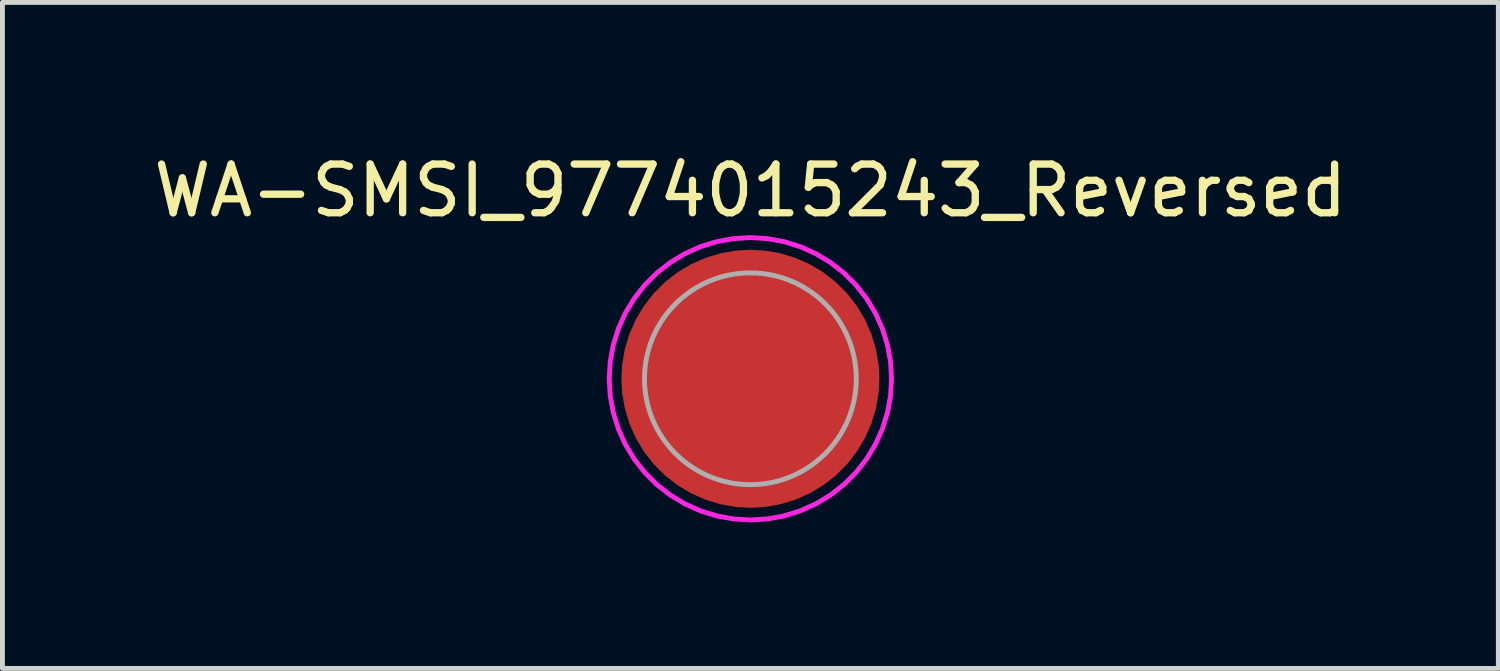
<source format=kicad_pcb>
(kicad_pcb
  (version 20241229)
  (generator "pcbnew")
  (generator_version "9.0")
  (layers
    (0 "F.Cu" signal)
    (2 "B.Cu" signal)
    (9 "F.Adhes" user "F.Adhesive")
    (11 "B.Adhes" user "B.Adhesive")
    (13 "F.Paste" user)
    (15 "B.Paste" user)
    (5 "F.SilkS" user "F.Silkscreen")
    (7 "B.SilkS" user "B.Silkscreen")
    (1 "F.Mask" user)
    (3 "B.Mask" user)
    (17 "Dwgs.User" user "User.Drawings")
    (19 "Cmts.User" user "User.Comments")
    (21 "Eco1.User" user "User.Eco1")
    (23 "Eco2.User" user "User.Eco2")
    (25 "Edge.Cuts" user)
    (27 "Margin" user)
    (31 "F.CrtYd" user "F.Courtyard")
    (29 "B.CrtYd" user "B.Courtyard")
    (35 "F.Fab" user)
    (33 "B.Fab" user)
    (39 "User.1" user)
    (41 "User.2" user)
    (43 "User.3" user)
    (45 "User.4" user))
  (footprint "WA-SMSI_9774015243_Reversed"
    (layer "F.Cu")
    (at 12.363 4.73)
    (property "Reference" "WA-SMSI_9774015243_Reversed" (at 0 -3.28 0) (layer "F.SilkS") (effects (font (size 1 1) (thickness 0.15)) (justify bottom)))
    (fp_poly (pts (xy -1.505 0.354) (xy -1.485 0.429) (xy -1.455 0.523) (xy -1.415 0.623) (xy -1.351 0.753) (xy -1.306 0.827) (xy -1.251 0.907) (xy -1.201 0.972) (xy -1.141 1.042) (xy -1.066 1.116) (xy -1.022 1.161) (xy -0.967 1.206) (xy -0.887 1.266) (xy -0.812 1.316) (xy -0.743 1.356) (xy -0.643 1.405) (xy -0.573 1.435) (xy -0.508 1.46) (xy -0.429 1.485) (xy -0.354 1.505) (xy -0.295 1.516) (xy -0.295 2.545) (xy -0.361 2.54) (xy -0.426 2.53) (xy -0.511 2.515) (xy -0.601 2.495) (xy -0.676 2.475) (xy -0.751 2.455) (xy -0.827 2.43) (xy -0.897 2.405) (xy -0.972 2.375) (xy -1.042 2.345) (xy -1.117 2.31) (xy -1.167 2.284) (xy -1.252 2.239) (xy -1.323 2.199) (xy -1.393 2.154) (xy -1.468 2.104) (xy -1.563 2.034) (xy -1.658 1.959) (xy -1.718 1.904) (xy -1.788 1.839) (xy -1.849 1.778) (xy -1.909 1.713) (xy -1.959 1.658) (xy -2.014 1.588) (xy -2.064 1.523) (xy -2.114 1.453) (xy -2.164 1.378) (xy -2.204 1.313) (xy -2.249 1.232) (xy -2.289 1.157) (xy -2.33 1.077) (xy -2.365 0.997) (xy -2.395 0.922) (xy -2.42 0.857) (xy -2.45 0.761) (xy -2.48 0.661) (xy -2.505 0.561) (xy -2.52 0.486) (xy -2.53 0.426) (xy -2.54 0.361) (xy -2.545 0.295) (xy -1.516 0.295)) (stroke (width 0) (type default)) (fill yes) (layer "F.Paste"))
    (fp_poly (pts (xy -0.295 -1.516) (xy -0.354 -1.505) (xy -0.429 -1.485) (xy -0.523 -1.455) (xy -0.623 -1.415) (xy -0.753 -1.351) (xy -0.827 -1.306) (xy -0.907 -1.251) (xy -0.972 -1.201) (xy -1.042 -1.141) (xy -1.116 -1.066) (xy -1.161 -1.022) (xy -1.206 -0.967) (xy -1.266 -0.887) (xy -1.316 -0.812) (xy -1.356 -0.743) (xy -1.405 -0.643) (xy -1.435 -0.573) (xy -1.46 -0.508) (xy -1.485 -0.429) (xy -1.505 -0.354) (xy -1.516 -0.295) (xy -2.545 -0.295) (xy -2.54 -0.361) (xy -2.53 -0.426) (xy -2.515 -0.511) (xy -2.495 -0.601) (xy -2.475 -0.676) (xy -2.455 -0.751) (xy -2.43 -0.827) (xy -2.405 -0.897) (xy -2.375 -0.972) (xy -2.345 -1.042) (xy -2.31 -1.117) (xy -2.284 -1.167) (xy -2.239 -1.252) (xy -2.199 -1.323) (xy -2.154 -1.393) (xy -2.104 -1.468) (xy -2.034 -1.563) (xy -1.959 -1.658) (xy -1.904 -1.718) (xy -1.839 -1.788) (xy -1.778 -1.849) (xy -1.713 -1.909) (xy -1.658 -1.959) (xy -1.588 -2.014) (xy -1.523 -2.064) (xy -1.453 -2.114) (xy -1.378 -2.164) (xy -1.313 -2.204) (xy -1.232 -2.249) (xy -1.157 -2.289) (xy -1.077 -2.33) (xy -0.997 -2.365) (xy -0.922 -2.395) (xy -0.857 -2.42) (xy -0.761 -2.45) (xy -0.661 -2.48) (xy -0.561 -2.505) (xy -0.486 -2.52) (xy -0.426 -2.53) (xy -0.361 -2.54) (xy -0.295 -2.545)) (stroke (width 0) (type default)) (fill yes) (layer "F.Paste"))
    (fp_poly (pts (xy 0.361 -2.54) (xy 0.426 -2.53) (xy 0.511 -2.515) (xy 0.601 -2.495) (xy 0.676 -2.475) (xy 0.751 -2.455) (xy 0.827 -2.43) (xy 0.897 -2.405) (xy 0.972 -2.375) (xy 1.042 -2.345) (xy 1.117 -2.31) (xy 1.167 -2.284) (xy 1.252 -2.239) (xy 1.323 -2.199) (xy 1.393 -2.154) (xy 1.468 -2.104) (xy 1.563 -2.034) (xy 1.658 -1.959) (xy 1.718 -1.904) (xy 1.788 -1.839) (xy 1.849 -1.778) (xy 1.909 -1.713) (xy 1.959 -1.658) (xy 2.014 -1.588) (xy 2.064 -1.523) (xy 2.114 -1.453) (xy 2.164 -1.378) (xy 2.204 -1.313) (xy 2.249 -1.232) (xy 2.289 -1.157) (xy 2.33 -1.077) (xy 2.365 -0.997) (xy 2.395 -0.922) (xy 2.42 -0.857) (xy 2.45 -0.761) (xy 2.48 -0.661) (xy 2.505 -0.561) (xy 2.52 -0.486) (xy 2.53 -0.426) (xy 2.54 -0.361) (xy 2.545 -0.295) (xy 1.516 -0.295) (xy 1.505 -0.354) (xy 1.485 -0.429) (xy 1.455 -0.523) (xy 1.415 -0.623) (xy 1.351 -0.753) (xy 1.306 -0.827) (xy 1.251 -0.907) (xy 1.201 -0.972) (xy 1.141 -1.042) (xy 1.066 -1.116) (xy 1.022 -1.161) (xy 0.967 -1.206) (xy 0.887 -1.266) (xy 0.812 -1.316) (xy 0.743 -1.356) (xy 0.643 -1.405) (xy 0.573 -1.435) (xy 0.508 -1.46) (xy 0.429 -1.485) (xy 0.354 -1.505) (xy 0.295 -1.516) (xy 0.295 -2.545)) (stroke (width 0) (type default)) (fill yes) (layer "F.Paste"))
    (fp_poly (pts (xy 2.54 0.361) (xy 2.53 0.426) (xy 2.515 0.511) (xy 2.495 0.601) (xy 2.475 0.676) (xy 2.455 0.751) (xy 2.43 0.827) (xy 2.405 0.897) (xy 2.375 0.972) (xy 2.345 1.042) (xy 2.31 1.117) (xy 2.284 1.167) (xy 2.239 1.252) (xy 2.199 1.323) (xy 2.154 1.393) (xy 2.104 1.468) (xy 2.034 1.563) (xy 1.959 1.658) (xy 1.904 1.718) (xy 1.839 1.788) (xy 1.778 1.849) (xy 1.713 1.909) (xy 1.658 1.959) (xy 1.588 2.014) (xy 1.523 2.064) (xy 1.453 2.114) (xy 1.378 2.164) (xy 1.313 2.204) (xy 1.232 2.249) (xy 1.157 2.289) (xy 1.077 2.33) (xy 0.997 2.365) (xy 0.922 2.395) (xy 0.857 2.42) (xy 0.761 2.45) (xy 0.661 2.48) (xy 0.561 2.505) (xy 0.486 2.52) (xy 0.426 2.53) (xy 0.361 2.54) (xy 0.295 2.545) (xy 0.295 1.516) (xy 0.354 1.505) (xy 0.429 1.485) (xy 0.523 1.455) (xy 0.623 1.415) (xy 0.753 1.351) (xy 0.827 1.306) (xy 0.907 1.251) (xy 0.972 1.201) (xy 1.042 1.141) (xy 1.116 1.066) (xy 1.161 1.022) (xy 1.206 0.967) (xy 1.266 0.887) (xy 1.316 0.812) (xy 1.356 0.743) (xy 1.405 0.643) (xy 1.435 0.573) (xy 1.46 0.508) (xy 1.485 0.429) (xy 1.505 0.354) (xy 1.516 0.295) (xy 2.545 0.295)) (stroke (width 0) (type default)) (fill yes) (layer "F.Paste"))
    (fp_poly (pts (xy 0.35 -2.879) (xy 0.694 -2.816) (xy 1.028 -2.712) (xy 1.348 -2.568) (xy 1.647 -2.387) (xy 1.923 -2.171) (xy 2.171 -1.923) (xy 2.387 -1.647) (xy 2.568 -1.348) (xy 2.712 -1.028) (xy 2.816 -0.694) (xy 2.879 -0.35) (xy 2.9 0) (xy 2.879 0.35) (xy 2.816 0.694) (xy 2.712 1.028) (xy 2.568 1.348) (xy 2.387 1.647) (xy 2.171 1.923) (xy 1.923 2.171) (xy 1.647 2.387) (xy 1.348 2.568) (xy 1.028 2.712) (xy 0.694 2.816) (xy 0.35 2.879) (xy 0 2.9) (xy -0.35 2.879) (xy -0.694 2.816) (xy -1.028 2.712) (xy -1.348 2.568) (xy -1.647 2.387) (xy -1.923 2.171) (xy -2.171 1.923) (xy -2.387 1.647) (xy -2.568 1.348) (xy -2.712 1.028) (xy -2.816 0.694) (xy -2.879 0.35) (xy -2.9 0) (xy -2.879 -0.35) (xy -2.816 -0.694) (xy -2.712 -1.028) (xy -2.568 -1.348) (xy -2.387 -1.647) (xy -2.171 -1.923) (xy -1.923 -2.171) (xy -1.647 -2.387) (xy -1.348 -2.568) (xy -1.028 -2.712) (xy -0.694 -2.816) (xy -0.35 -2.879) (xy 0 -2.9)) (stroke (width 0.1) (type default)) (fill no) (layer "F.CrtYd"))
    (fp_circle (center 0 0) (end 2.175 0) (stroke (width 0.1) (type solid)) (fill no) (layer "F.Fab"))
    (pad "1" smd roundrect (at 0 0) (size 5.3 5.3) (layers "F.Cu" "F.Mask") (roundrect_rratio 0.5)))
  (gr_rect
    (start -3 -3)
    (end 27.726 10.68)
    (stroke (width 0.1) (type default))
    (fill no)
    (layer "Edge.Cuts")))
</source>
